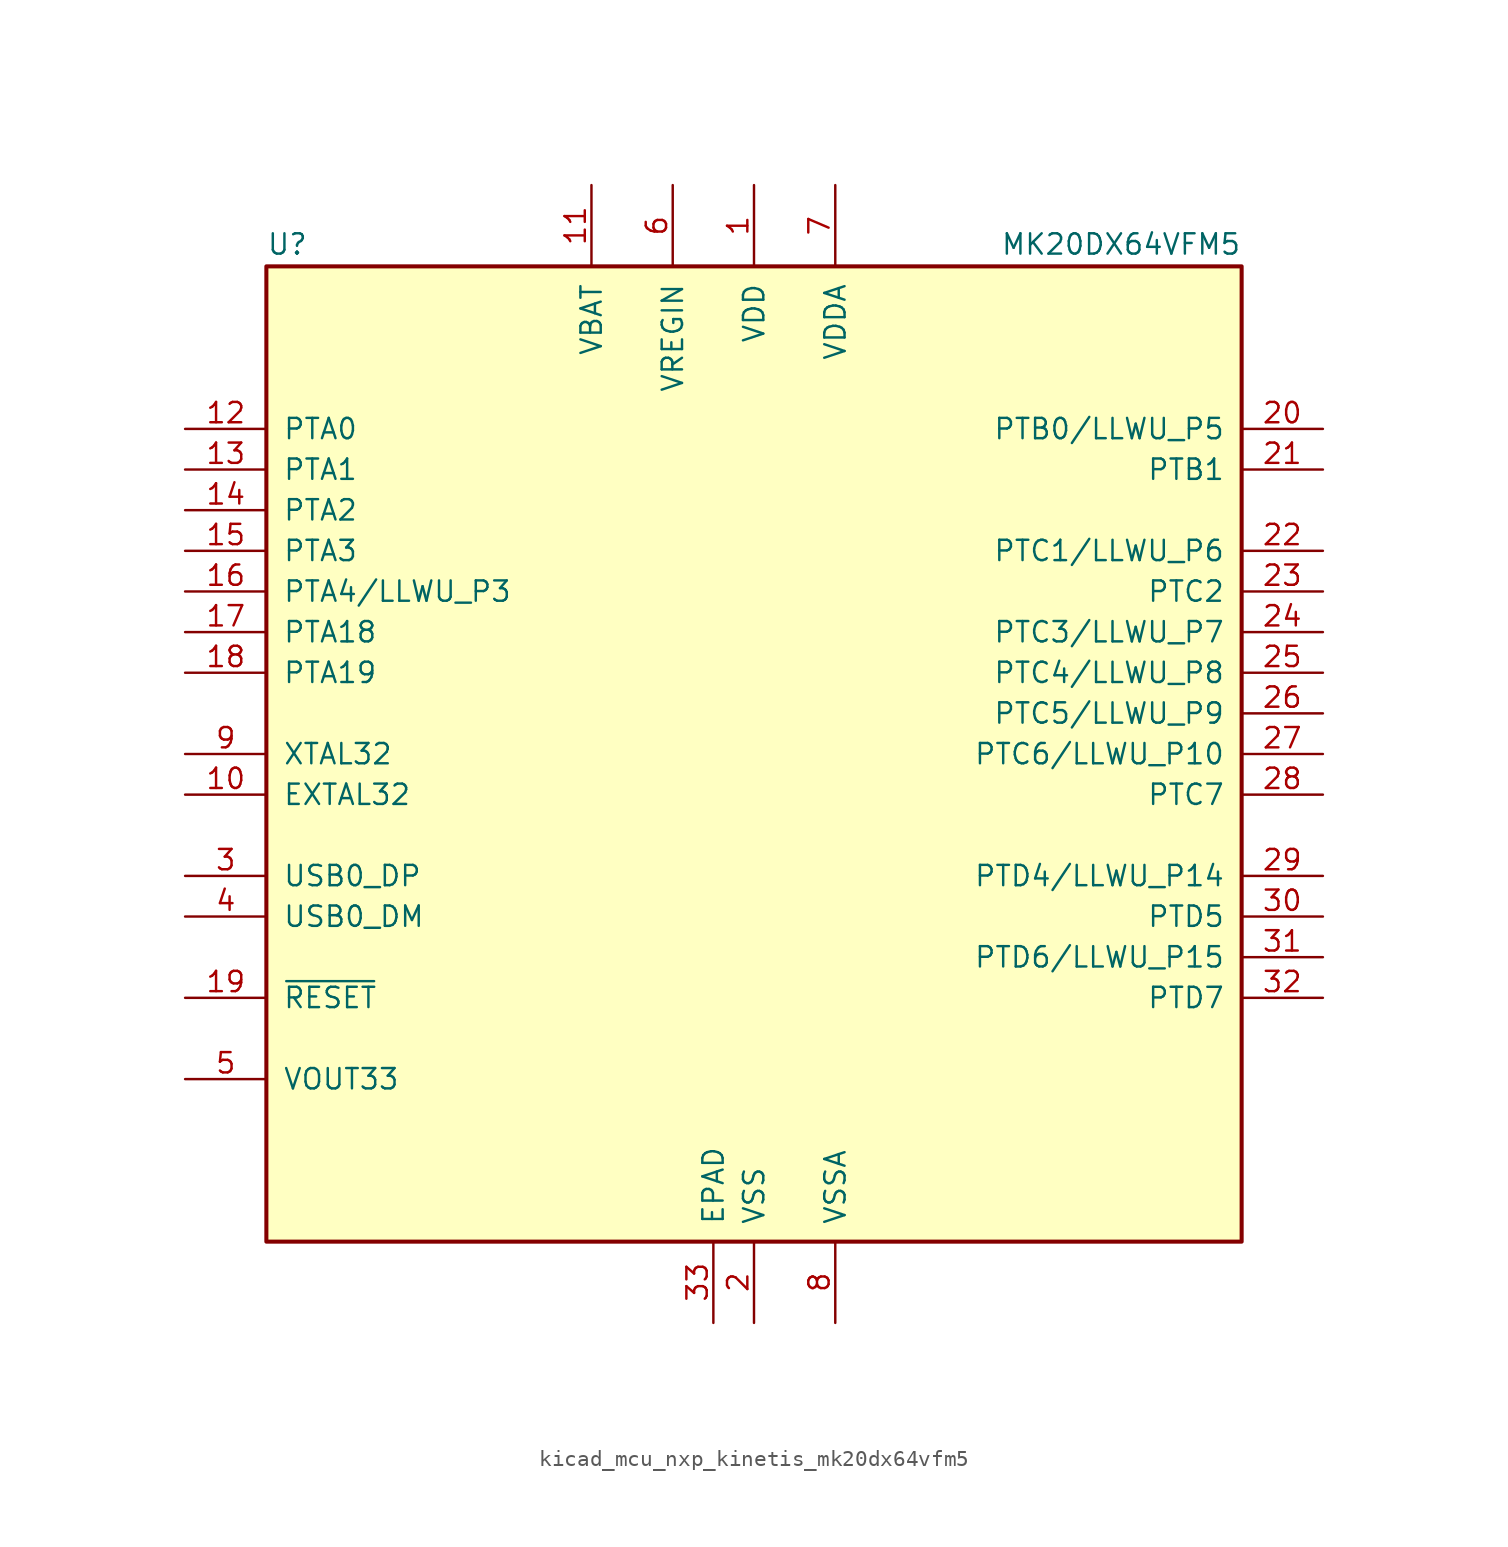
<source format=kicad_sym>
(kicad_symbol_lib
  (version 20220914)
  (generator kicad_symbol_editor)
  (symbol "kicad_mcu_nxp_kinetis_mk20dx64vfm5"
    (pin_names
      (offset 1.016))
    (property "Reference" "U"
      (at -30.48 31.115 0)
      (effects (font (size 1.27 1.27)) (justify left bottom)))
    (property "Value" "MK20DX64VFM5"
      (at 30.48 31.115 0)
      (effects (font (size 1.27 1.27)) (justify right bottom)))
    (symbol "kicad_mcu_nxp_kinetis_mk20dx64vfm5_0_1"
      (rectangle (start -30.48 30.48) (end 30.48 -30.48) (stroke (width 0.254) (type default)) (fill (type background)))
      (pin power_in line (at 0 35.56 270) (length 5.08) (name "VDD" (effects (font (size 1.27 1.27)))) (number "1" (effects (font (size 1.27 1.27)))))
      (pin input line (at -35.56 -2.54 0) (length 5.08) (name "EXTAL32" (effects (font (size 1.27 1.27)))) (number "10" (effects (font (size 1.27 1.27)))))
      (pin power_in line (at -10.16 35.56 270) (length 5.08) (name "VBAT" (effects (font (size 1.27 1.27)))) (number "11" (effects (font (size 1.27 1.27)))))
      (pin bidirectional line (at -35.56 20.32 0) (length 5.08) (name "PTA0" (effects (font (size 1.27 1.27)))) (number "12" (effects (font (size 1.27 1.27)))))
      (pin bidirectional line (at -35.56 17.78 0) (length 5.08) (name "PTA1" (effects (font (size 1.27 1.27)))) (number "13" (effects (font (size 1.27 1.27)))))
      (pin bidirectional line (at -35.56 15.24 0) (length 5.08) (name "PTA2" (effects (font (size 1.27 1.27)))) (number "14" (effects (font (size 1.27 1.27)))))
      (pin bidirectional line (at -35.56 12.7 0) (length 5.08) (name "PTA3" (effects (font (size 1.27 1.27)))) (number "15" (effects (font (size 1.27 1.27)))))
      (pin bidirectional line (at -35.56 10.16 0) (length 5.08) (name "PTA4/LLWU_P3" (effects (font (size 1.27 1.27)))) (number "16" (effects (font (size 1.27 1.27)))))
      (pin bidirectional line (at -35.56 7.62 0) (length 5.08) (name "PTA18" (effects (font (size 1.27 1.27)))) (number "17" (effects (font (size 1.27 1.27)))))
      (pin bidirectional line (at -35.56 5.08 0) (length 5.08) (name "PTA19" (effects (font (size 1.27 1.27)))) (number "18" (effects (font (size 1.27 1.27)))))
      (pin input line (at -35.56 -15.24 0) (length 5.08) (name "~{RESET}" (effects (font (size 1.27 1.27)))) (number "19" (effects (font (size 1.27 1.27)))))
      (pin power_in line (at 0 -35.56 90) (length 5.08) (name "VSS" (effects (font (size 1.27 1.27)))) (number "2" (effects (font (size 1.27 1.27)))))
      (pin bidirectional line (at 35.56 20.32 180) (length 5.08) (name "PTB0/LLWU_P5" (effects (font (size 1.27 1.27)))) (number "20" (effects (font (size 1.27 1.27)))))
      (pin bidirectional line (at 35.56 17.78 180) (length 5.08) (name "PTB1" (effects (font (size 1.27 1.27)))) (number "21" (effects (font (size 1.27 1.27)))))
      (pin bidirectional line (at 35.56 12.7 180) (length 5.08) (name "PTC1/LLWU_P6" (effects (font (size 1.27 1.27)))) (number "22" (effects (font (size 1.27 1.27)))))
      (pin bidirectional line (at 35.56 10.16 180) (length 5.08) (name "PTC2" (effects (font (size 1.27 1.27)))) (number "23" (effects (font (size 1.27 1.27)))))
      (pin bidirectional line (at 35.56 7.62 180) (length 5.08) (name "PTC3/LLWU_P7" (effects (font (size 1.27 1.27)))) (number "24" (effects (font (size 1.27 1.27)))))
      (pin bidirectional line (at 35.56 5.08 180) (length 5.08) (name "PTC4/LLWU_P8" (effects (font (size 1.27 1.27)))) (number "25" (effects (font (size 1.27 1.27)))))
      (pin bidirectional line (at 35.56 2.54 180) (length 5.08) (name "PTC5/LLWU_P9" (effects (font (size 1.27 1.27)))) (number "26" (effects (font (size 1.27 1.27)))))
      (pin bidirectional line (at 35.56 0 180) (length 5.08) (name "PTC6/LLWU_P10" (effects (font (size 1.27 1.27)))) (number "27" (effects (font (size 1.27 1.27)))))
      (pin bidirectional line (at 35.56 -2.54 180) (length 5.08) (name "PTC7" (effects (font (size 1.27 1.27)))) (number "28" (effects (font (size 1.27 1.27)))))
      (pin bidirectional line (at 35.56 -7.62 180) (length 5.08) (name "PTD4/LLWU_P14" (effects (font (size 1.27 1.27)))) (number "29" (effects (font (size 1.27 1.27)))))
      (pin bidirectional line (at -35.56 -7.62 0) (length 5.08) (name "USB0_DP" (effects (font (size 1.27 1.27)))) (number "3" (effects (font (size 1.27 1.27)))))
      (pin bidirectional line (at 35.56 -10.16 180) (length 5.08) (name "PTD5" (effects (font (size 1.27 1.27)))) (number "30" (effects (font (size 1.27 1.27)))))
      (pin bidirectional line (at 35.56 -12.7 180) (length 5.08) (name "PTD6/LLWU_P15" (effects (font (size 1.27 1.27)))) (number "31" (effects (font (size 1.27 1.27)))))
      (pin bidirectional line (at 35.56 -15.24 180) (length 5.08) (name "PTD7" (effects (font (size 1.27 1.27)))) (number "32" (effects (font (size 1.27 1.27)))))
      (pin power_out line (at -35.56 -20.32 0) (length 5.08) (name "VOUT33" (effects (font (size 1.27 1.27)))) (number "5" (effects (font (size 1.27 1.27)))))
      (pin power_in line (at -5.08 35.56 270) (length 5.08) (name "VREGIN" (effects (font (size 1.27 1.27)))) (number "6" (effects (font (size 1.27 1.27)))))
      (pin power_in line (at 5.08 35.56 270) (length 5.08) (name "VDDA" (effects (font (size 1.27 1.27)))) (number "7" (effects (font (size 1.27 1.27)))))
      (pin power_in line (at 5.08 -35.56 90) (length 5.08) (name "VSSA" (effects (font (size 1.27 1.27)))) (number "8" (effects (font (size 1.27 1.27)))))
      (pin input line (at -35.56 0 0) (length 5.08) (name "XTAL32" (effects (font (size 1.27 1.27)))) (number "9" (effects (font (size 1.27 1.27))))))
    (symbol "kicad_mcu_nxp_kinetis_mk20dx64vfm5_1_1"
      (pin power_in line (at -2.54 -35.56 90) (length 5.08) (name "EPAD" (effects (font (size 1.27 1.27)))) (number "33" (effects (font (size 1.27 1.27)))))
      (pin bidirectional line (at -35.56 -10.16 0) (length 5.08) (name "USB0_DM" (effects (font (size 1.27 1.27)))) (number "4" (effects (font (size 1.27 1.27))))))))
</source>
